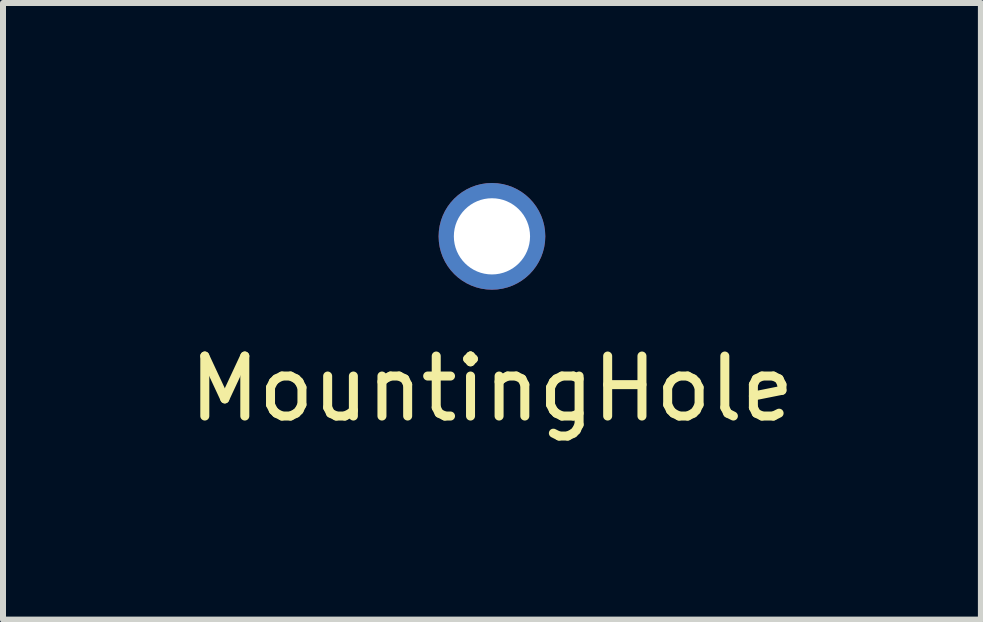
<source format=kicad_pcb>
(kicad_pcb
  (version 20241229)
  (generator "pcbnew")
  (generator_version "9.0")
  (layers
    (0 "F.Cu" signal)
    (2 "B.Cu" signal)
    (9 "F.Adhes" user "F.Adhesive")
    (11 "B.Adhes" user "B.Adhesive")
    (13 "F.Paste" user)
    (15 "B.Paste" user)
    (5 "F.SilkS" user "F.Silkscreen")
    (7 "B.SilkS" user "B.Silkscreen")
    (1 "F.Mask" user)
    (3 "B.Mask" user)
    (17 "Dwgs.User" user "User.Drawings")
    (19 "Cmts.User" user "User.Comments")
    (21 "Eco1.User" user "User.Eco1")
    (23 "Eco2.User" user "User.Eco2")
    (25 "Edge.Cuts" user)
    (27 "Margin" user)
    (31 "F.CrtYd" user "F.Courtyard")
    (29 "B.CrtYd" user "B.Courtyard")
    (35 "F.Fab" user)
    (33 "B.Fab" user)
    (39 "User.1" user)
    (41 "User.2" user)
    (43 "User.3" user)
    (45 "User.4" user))
  (footprint "MountingHole"
    (layer "F.Cu")
    (at 5.149 0.889)
    (property "Reference" "MountingHole" (at 0 2.54 0) (layer "F.SilkS") (effects (font (size 1 1) (thickness 0.15))))
    (attr through_hole)
    (pad "" thru_hole circle (at 0 0) (size 1.778 1.778) (drill 1.27) (layers "*.Cu" "*.Mask")))
  (gr_rect
    (start -3 -3)
    (end 13.298 7.277)
    (stroke (width 0.1) (type default))
    (fill no)
    (layer "Edge.Cuts")))
</source>
